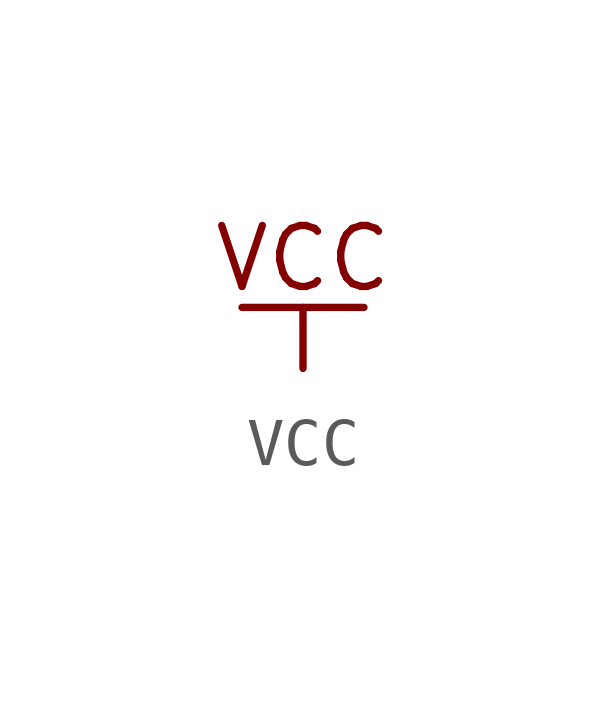
<source format=kicad_sym>
(kicad_symbol_lib
  (version 20231120)
  (generator "kicad_symbol_editor")
  (generator_version "8.0")
  (symbol "VCC"
    (power)
    (pin_numbers hide)
    (pin_names hide)
    (property "Reference" "#PWR"
      (at -0.254 4.064 0)
      (effects (font (size 1.27 1.27)) (hide yes)))
    (property "Value" "VCC"
      (at 0 2.286 0)
      (effects (font (size 1.27 1.27) (color 132 0 0 1))))
    (symbol "VCC_1_1"
      (polyline (pts (xy 0 0) (xy 0 1.27)) (stroke (width 0) (type default) (color 132 0 0 1)) (fill (type none)))
      (polyline (pts (xy 1.27 1.27) (xy -1.27 1.27)) (stroke (width 0) (type default) (color 132 0 0 1)) (fill (type none)))
      (pin power_in line (at 0 0 90) (length 0) hide (name "VCC" (effects (font (size 1.27 1.27)))) (number "1" (effects (font (size 1.27 1.27))))))))
</source>
